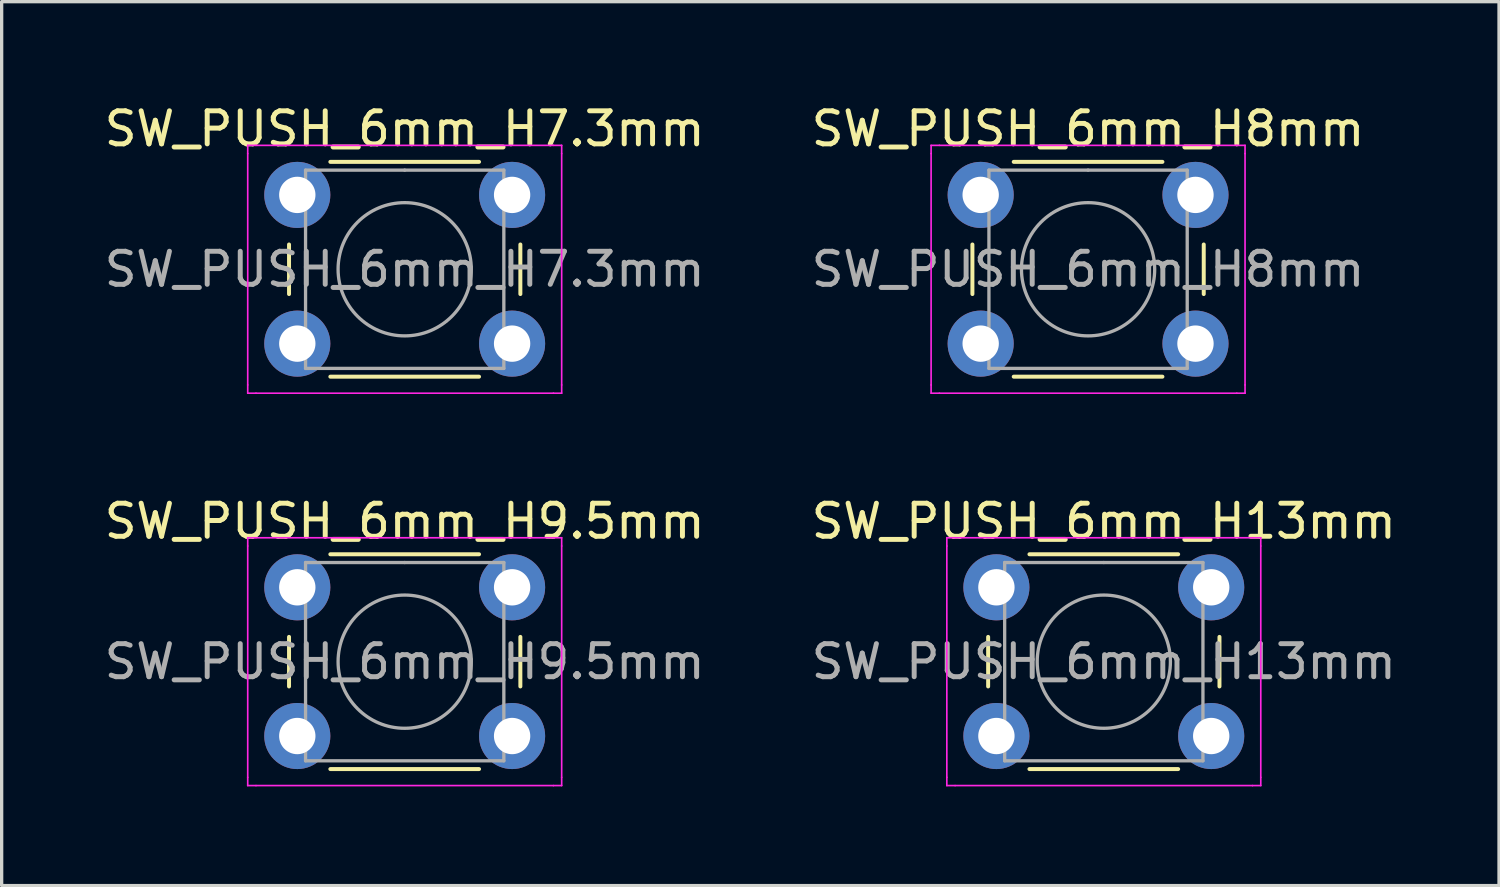
<source format=kicad_pcb>
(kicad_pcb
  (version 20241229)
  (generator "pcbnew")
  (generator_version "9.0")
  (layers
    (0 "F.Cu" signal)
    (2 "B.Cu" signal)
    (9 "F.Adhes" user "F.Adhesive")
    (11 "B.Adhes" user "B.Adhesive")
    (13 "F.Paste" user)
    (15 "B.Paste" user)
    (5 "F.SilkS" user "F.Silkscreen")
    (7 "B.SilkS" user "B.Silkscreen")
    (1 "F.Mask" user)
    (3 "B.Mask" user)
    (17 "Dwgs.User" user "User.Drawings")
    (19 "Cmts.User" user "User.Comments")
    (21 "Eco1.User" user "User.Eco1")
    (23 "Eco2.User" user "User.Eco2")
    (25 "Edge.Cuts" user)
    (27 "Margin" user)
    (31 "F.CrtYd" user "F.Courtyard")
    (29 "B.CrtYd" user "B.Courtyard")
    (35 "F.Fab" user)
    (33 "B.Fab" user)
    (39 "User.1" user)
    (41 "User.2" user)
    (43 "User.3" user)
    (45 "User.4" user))
  (footprint "SW_PUSH_6mm_H7.3mm"
    (layer "F.Cu")
    (at 5.946 2.848)
    (property "Reference" "SW_PUSH_6mm_H7.3mm" (at 3.25 -2 0) (layer "F.SilkS") (effects (font (size 1 1) (thickness 0.15))))
    (attr through_hole)
    (fp_line (start -0.25 1.5) (end -0.25 3) (stroke (width 0.12) (type solid)) (layer "F.SilkS"))
    (fp_line (start 1 5.5) (end 5.5 5.5) (stroke (width 0.12) (type solid)) (layer "F.SilkS"))
    (fp_line (start 5.5 -1) (end 1 -1) (stroke (width 0.12) (type solid)) (layer "F.SilkS"))
    (fp_line (start 6.75 3) (end 6.75 1.5) (stroke (width 0.12) (type solid)) (layer "F.SilkS"))
    (fp_line (start -1.5 -1.5) (end -1.25 -1.5) (stroke (width 0.05) (type solid)) (layer "F.CrtYd"))
    (fp_line (start -1.5 -1.25) (end -1.5 -1.5) (stroke (width 0.05) (type solid)) (layer "F.CrtYd"))
    (fp_line (start -1.5 5.75) (end -1.5 -1.25) (stroke (width 0.05) (type solid)) (layer "F.CrtYd"))
    (fp_line (start -1.5 5.75) (end -1.5 6) (stroke (width 0.05) (type solid)) (layer "F.CrtYd"))
    (fp_line (start -1.5 6) (end -1.25 6) (stroke (width 0.05) (type solid)) (layer "F.CrtYd"))
    (fp_line (start -1.25 -1.5) (end 7.75 -1.5) (stroke (width 0.05) (type solid)) (layer "F.CrtYd"))
    (fp_line (start 7.75 -1.5) (end 8 -1.5) (stroke (width 0.05) (type solid)) (layer "F.CrtYd"))
    (fp_line (start 7.75 6) (end -1.25 6) (stroke (width 0.05) (type solid)) (layer "F.CrtYd"))
    (fp_line (start 7.75 6) (end 8 6) (stroke (width 0.05) (type solid)) (layer "F.CrtYd"))
    (fp_line (start 8 -1.5) (end 8 -1.25) (stroke (width 0.05) (type solid)) (layer "F.CrtYd"))
    (fp_line (start 8 -1.25) (end 8 5.75) (stroke (width 0.05) (type solid)) (layer "F.CrtYd"))
    (fp_line (start 8 6) (end 8 5.75) (stroke (width 0.05) (type solid)) (layer "F.CrtYd"))
    (fp_line (start 0.25 -0.75) (end 3.25 -0.75) (stroke (width 0.1) (type solid)) (layer "F.Fab"))
    (fp_line (start 0.25 5.25) (end 0.25 -0.75) (stroke (width 0.1) (type solid)) (layer "F.Fab"))
    (fp_line (start 3.25 -0.75) (end 6.25 -0.75) (stroke (width 0.1) (type solid)) (layer "F.Fab"))
    (fp_line (start 6.25 -0.75) (end 6.25 5.25) (stroke (width 0.1) (type solid)) (layer "F.Fab"))
    (fp_line (start 6.25 5.25) (end 0.25 5.25) (stroke (width 0.1) (type solid)) (layer "F.Fab"))
    (fp_circle (center 3.25 2.25) (end 1.25 2.5) (stroke (width 0.1) (type solid)) (fill no) (layer "F.Fab"))
    (fp_text user "${REFERENCE}" (at 3.25 2.25 0) (layer "F.Fab") (effects (font (size 1 1) (thickness 0.15))))
    (pad "1" thru_hole circle (at 0 0 90) (size 2 2) (drill 1.1) (layers "*.Cu" "*.Mask"))
    (pad "1" thru_hole circle (at 6.5 0 90) (size 2 2) (drill 1.1) (layers "*.Cu" "*.Mask"))
    (pad "2" thru_hole circle (at 0 4.5 90) (size 2 2) (drill 1.1) (layers "*.Cu" "*.Mask"))
    (pad "2" thru_hole circle (at 6.5 4.5 90) (size 2 2) (drill 1.1) (layers "*.Cu" "*.Mask")))
  (footprint "SW_PUSH_6mm_H9.5mm"
    (layer "F.Cu")
    (at 5.946 14.722)
    (property "Reference" "SW_PUSH_6mm_H9.5mm" (at 3.25 -2 0) (layer "F.SilkS") (effects (font (size 1 1) (thickness 0.15))))
    (attr through_hole)
    (fp_line (start -0.25 1.5) (end -0.25 3) (stroke (width 0.12) (type solid)) (layer "F.SilkS"))
    (fp_line (start 1 5.5) (end 5.5 5.5) (stroke (width 0.12) (type solid)) (layer "F.SilkS"))
    (fp_line (start 5.5 -1) (end 1 -1) (stroke (width 0.12) (type solid)) (layer "F.SilkS"))
    (fp_line (start 6.75 3) (end 6.75 1.5) (stroke (width 0.12) (type solid)) (layer "F.SilkS"))
    (fp_line (start -1.5 -1.5) (end -1.25 -1.5) (stroke (width 0.05) (type solid)) (layer "F.CrtYd"))
    (fp_line (start -1.5 -1.25) (end -1.5 -1.5) (stroke (width 0.05) (type solid)) (layer "F.CrtYd"))
    (fp_line (start -1.5 5.75) (end -1.5 -1.25) (stroke (width 0.05) (type solid)) (layer "F.CrtYd"))
    (fp_line (start -1.5 5.75) (end -1.5 6) (stroke (width 0.05) (type solid)) (layer "F.CrtYd"))
    (fp_line (start -1.5 6) (end -1.25 6) (stroke (width 0.05) (type solid)) (layer "F.CrtYd"))
    (fp_line (start -1.25 -1.5) (end 7.75 -1.5) (stroke (width 0.05) (type solid)) (layer "F.CrtYd"))
    (fp_line (start 7.75 -1.5) (end 8 -1.5) (stroke (width 0.05) (type solid)) (layer "F.CrtYd"))
    (fp_line (start 7.75 6) (end -1.25 6) (stroke (width 0.05) (type solid)) (layer "F.CrtYd"))
    (fp_line (start 7.75 6) (end 8 6) (stroke (width 0.05) (type solid)) (layer "F.CrtYd"))
    (fp_line (start 8 -1.5) (end 8 -1.25) (stroke (width 0.05) (type solid)) (layer "F.CrtYd"))
    (fp_line (start 8 -1.25) (end 8 5.75) (stroke (width 0.05) (type solid)) (layer "F.CrtYd"))
    (fp_line (start 8 6) (end 8 5.75) (stroke (width 0.05) (type solid)) (layer "F.CrtYd"))
    (fp_line (start 0.25 -0.75) (end 3.25 -0.75) (stroke (width 0.1) (type solid)) (layer "F.Fab"))
    (fp_line (start 0.25 5.25) (end 0.25 -0.75) (stroke (width 0.1) (type solid)) (layer "F.Fab"))
    (fp_line (start 3.25 -0.75) (end 6.25 -0.75) (stroke (width 0.1) (type solid)) (layer "F.Fab"))
    (fp_line (start 6.25 -0.75) (end 6.25 5.25) (stroke (width 0.1) (type solid)) (layer "F.Fab"))
    (fp_line (start 6.25 5.25) (end 0.25 5.25) (stroke (width 0.1) (type solid)) (layer "F.Fab"))
    (fp_circle (center 3.25 2.25) (end 1.25 2.5) (stroke (width 0.1) (type solid)) (fill no) (layer "F.Fab"))
    (fp_text user "${REFERENCE}" (at 3.25 2.25 0) (layer "F.Fab") (effects (font (size 1 1) (thickness 0.15))))
    (pad "1" thru_hole circle (at 0 0 90) (size 2 2) (drill 1.1) (layers "*.Cu" "*.Mask"))
    (pad "1" thru_hole circle (at 6.5 0 90) (size 2 2) (drill 1.1) (layers "*.Cu" "*.Mask"))
    (pad "2" thru_hole circle (at 0 4.5 90) (size 2 2) (drill 1.1) (layers "*.Cu" "*.Mask"))
    (pad "2" thru_hole circle (at 6.5 4.5 90) (size 2 2) (drill 1.1) (layers "*.Cu" "*.Mask")))
  (footprint "SW_PUSH_6mm_H8mm"
    (layer "F.Cu")
    (at 26.625 2.848)
    (property "Reference" "SW_PUSH_6mm_H8mm" (at 3.25 -2 0) (layer "F.SilkS") (effects (font (size 1 1) (thickness 0.15))))
    (attr through_hole)
    (fp_line (start -0.25 1.5) (end -0.25 3) (stroke (width 0.12) (type solid)) (layer "F.SilkS"))
    (fp_line (start 1 5.5) (end 5.5 5.5) (stroke (width 0.12) (type solid)) (layer "F.SilkS"))
    (fp_line (start 5.5 -1) (end 1 -1) (stroke (width 0.12) (type solid)) (layer "F.SilkS"))
    (fp_line (start 6.75 3) (end 6.75 1.5) (stroke (width 0.12) (type solid)) (layer "F.SilkS"))
    (fp_line (start -1.5 -1.5) (end -1.25 -1.5) (stroke (width 0.05) (type solid)) (layer "F.CrtYd"))
    (fp_line (start -1.5 -1.25) (end -1.5 -1.5) (stroke (width 0.05) (type solid)) (layer "F.CrtYd"))
    (fp_line (start -1.5 5.75) (end -1.5 -1.25) (stroke (width 0.05) (type solid)) (layer "F.CrtYd"))
    (fp_line (start -1.5 5.75) (end -1.5 6) (stroke (width 0.05) (type solid)) (layer "F.CrtYd"))
    (fp_line (start -1.5 6) (end -1.25 6) (stroke (width 0.05) (type solid)) (layer "F.CrtYd"))
    (fp_line (start -1.25 -1.5) (end 7.75 -1.5) (stroke (width 0.05) (type solid)) (layer "F.CrtYd"))
    (fp_line (start 7.75 -1.5) (end 8 -1.5) (stroke (width 0.05) (type solid)) (layer "F.CrtYd"))
    (fp_line (start 7.75 6) (end -1.25 6) (stroke (width 0.05) (type solid)) (layer "F.CrtYd"))
    (fp_line (start 7.75 6) (end 8 6) (stroke (width 0.05) (type solid)) (layer "F.CrtYd"))
    (fp_line (start 8 -1.5) (end 8 -1.25) (stroke (width 0.05) (type solid)) (layer "F.CrtYd"))
    (fp_line (start 8 -1.25) (end 8 5.75) (stroke (width 0.05) (type solid)) (layer "F.CrtYd"))
    (fp_line (start 8 6) (end 8 5.75) (stroke (width 0.05) (type solid)) (layer "F.CrtYd"))
    (fp_line (start 0.25 -0.75) (end 3.25 -0.75) (stroke (width 0.1) (type solid)) (layer "F.Fab"))
    (fp_line (start 0.25 5.25) (end 0.25 -0.75) (stroke (width 0.1) (type solid)) (layer "F.Fab"))
    (fp_line (start 3.25 -0.75) (end 6.25 -0.75) (stroke (width 0.1) (type solid)) (layer "F.Fab"))
    (fp_line (start 6.25 -0.75) (end 6.25 5.25) (stroke (width 0.1) (type solid)) (layer "F.Fab"))
    (fp_line (start 6.25 5.25) (end 0.25 5.25) (stroke (width 0.1) (type solid)) (layer "F.Fab"))
    (fp_circle (center 3.25 2.25) (end 1.25 2.5) (stroke (width 0.1) (type solid)) (fill no) (layer "F.Fab"))
    (fp_text user "${REFERENCE}" (at 3.25 2.25 0) (layer "F.Fab") (effects (font (size 1 1) (thickness 0.15))))
    (pad "1" thru_hole circle (at 0 0 90) (size 2 2) (drill 1.1) (layers "*.Cu" "*.Mask"))
    (pad "1" thru_hole circle (at 6.5 0 90) (size 2 2) (drill 1.1) (layers "*.Cu" "*.Mask"))
    (pad "2" thru_hole circle (at 0 4.5 90) (size 2 2) (drill 1.1) (layers "*.Cu" "*.Mask"))
    (pad "2" thru_hole circle (at 6.5 4.5 90) (size 2 2) (drill 1.1) (layers "*.Cu" "*.Mask")))
  (footprint "SW_PUSH_6mm_H13mm"
    (layer "F.Cu")
    (at 27.101 14.722)
    (property "Reference" "SW_PUSH_6mm_H13mm" (at 3.25 -2 0) (layer "F.SilkS") (effects (font (size 1 1) (thickness 0.15))))
    (attr through_hole)
    (fp_line (start -0.25 1.5) (end -0.25 3) (stroke (width 0.12) (type solid)) (layer "F.SilkS"))
    (fp_line (start 1 5.5) (end 5.5 5.5) (stroke (width 0.12) (type solid)) (layer "F.SilkS"))
    (fp_line (start 5.5 -1) (end 1 -1) (stroke (width 0.12) (type solid)) (layer "F.SilkS"))
    (fp_line (start 6.75 3) (end 6.75 1.5) (stroke (width 0.12) (type solid)) (layer "F.SilkS"))
    (fp_line (start -1.5 -1.5) (end -1.25 -1.5) (stroke (width 0.05) (type solid)) (layer "F.CrtYd"))
    (fp_line (start -1.5 -1.25) (end -1.5 -1.5) (stroke (width 0.05) (type solid)) (layer "F.CrtYd"))
    (fp_line (start -1.5 5.75) (end -1.5 -1.25) (stroke (width 0.05) (type solid)) (layer "F.CrtYd"))
    (fp_line (start -1.5 5.75) (end -1.5 6) (stroke (width 0.05) (type solid)) (layer "F.CrtYd"))
    (fp_line (start -1.5 6) (end -1.25 6) (stroke (width 0.05) (type solid)) (layer "F.CrtYd"))
    (fp_line (start -1.25 -1.5) (end 7.75 -1.5) (stroke (width 0.05) (type solid)) (layer "F.CrtYd"))
    (fp_line (start 7.75 -1.5) (end 8 -1.5) (stroke (width 0.05) (type solid)) (layer "F.CrtYd"))
    (fp_line (start 7.75 6) (end -1.25 6) (stroke (width 0.05) (type solid)) (layer "F.CrtYd"))
    (fp_line (start 7.75 6) (end 8 6) (stroke (width 0.05) (type solid)) (layer "F.CrtYd"))
    (fp_line (start 8 -1.5) (end 8 -1.25) (stroke (width 0.05) (type solid)) (layer "F.CrtYd"))
    (fp_line (start 8 -1.25) (end 8 5.75) (stroke (width 0.05) (type solid)) (layer "F.CrtYd"))
    (fp_line (start 8 6) (end 8 5.75) (stroke (width 0.05) (type solid)) (layer "F.CrtYd"))
    (fp_line (start 0.25 -0.75) (end 3.25 -0.75) (stroke (width 0.1) (type solid)) (layer "F.Fab"))
    (fp_line (start 0.25 5.25) (end 0.25 -0.75) (stroke (width 0.1) (type solid)) (layer "F.Fab"))
    (fp_line (start 3.25 -0.75) (end 6.25 -0.75) (stroke (width 0.1) (type solid)) (layer "F.Fab"))
    (fp_line (start 6.25 -0.75) (end 6.25 5.25) (stroke (width 0.1) (type solid)) (layer "F.Fab"))
    (fp_line (start 6.25 5.25) (end 0.25 5.25) (stroke (width 0.1) (type solid)) (layer "F.Fab"))
    (fp_circle (center 3.25 2.25) (end 1.25 2.5) (stroke (width 0.1) (type solid)) (fill no) (layer "F.Fab"))
    (fp_text user "${REFERENCE}" (at 3.25 2.25 0) (layer "F.Fab") (effects (font (size 1 1) (thickness 0.15))))
    (pad "1" thru_hole circle (at 0 0 90) (size 2 2) (drill 1.1) (layers "*.Cu" "*.Mask"))
    (pad "1" thru_hole circle (at 6.5 0 90) (size 2 2) (drill 1.1) (layers "*.Cu" "*.Mask"))
    (pad "2" thru_hole circle (at 0 4.5 90) (size 2 2) (drill 1.1) (layers "*.Cu" "*.Mask"))
    (pad "2" thru_hole circle (at 6.5 4.5 90) (size 2 2) (drill 1.1) (layers "*.Cu" "*.Mask")))
  (gr_rect
    (start -3 -3)
    (end 42.31 23.747)
    (stroke (width 0.1) (type default))
    (fill no)
    (layer "Edge.Cuts")))
</source>
